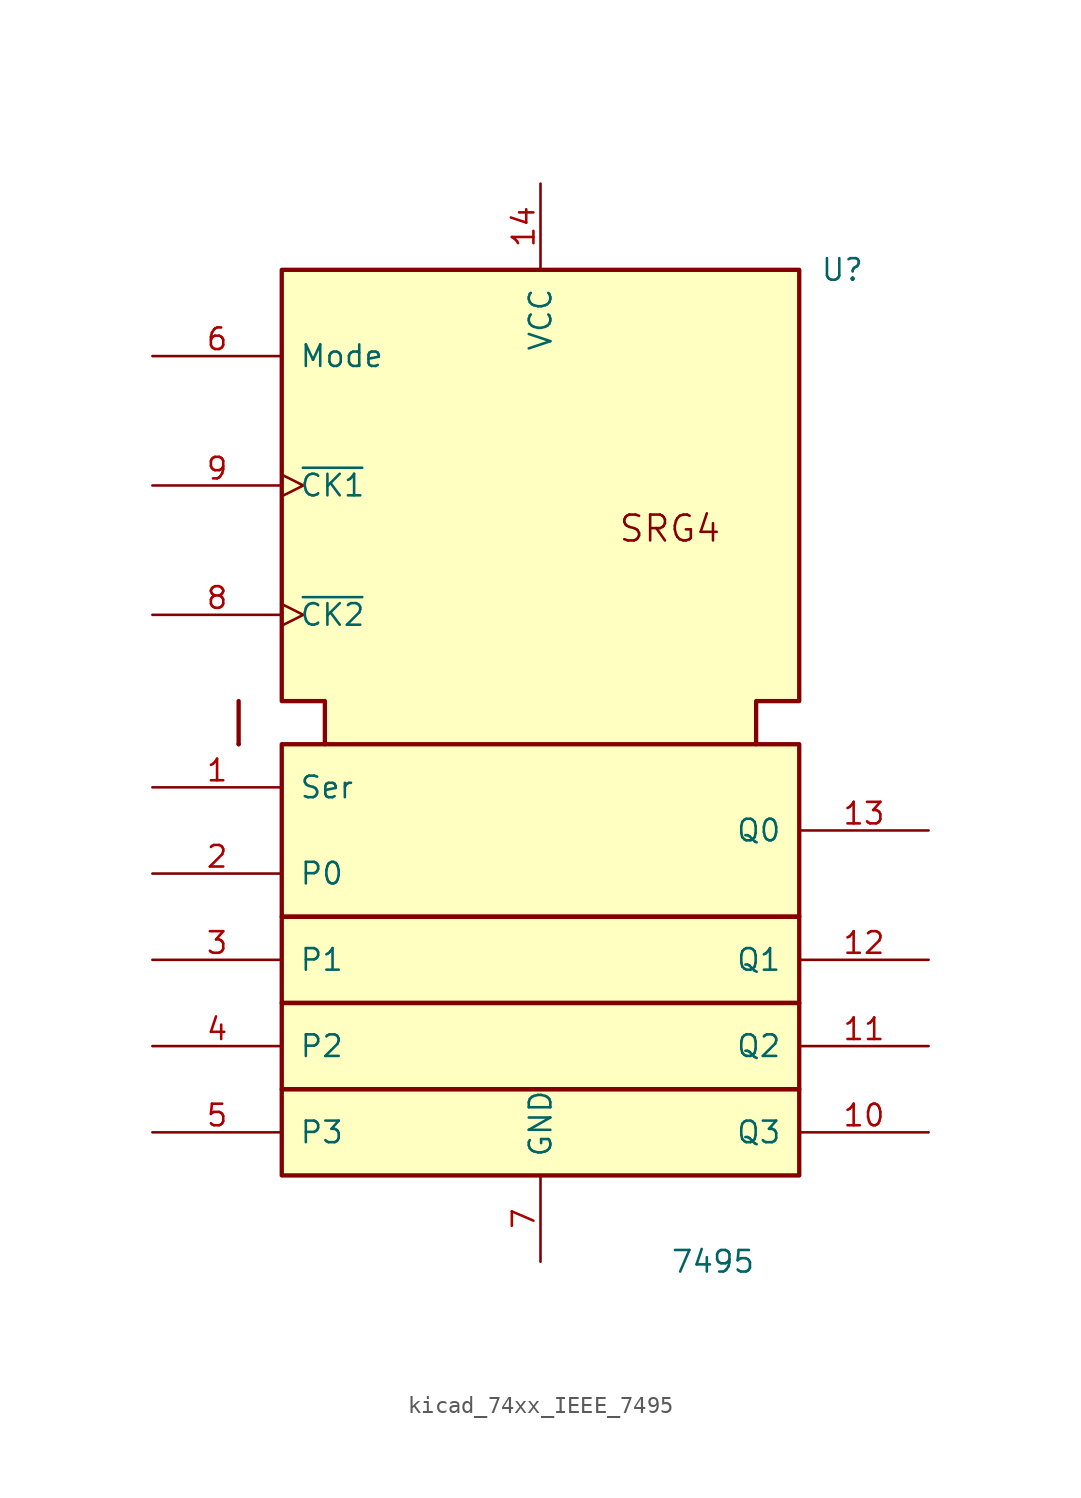
<source format=kicad_sym>
(kicad_symbol_lib
  (version 20220914)
  (generator kicad_symbol_editor)
  (symbol "kicad_74xx_IEEE_7495"
    (pin_names
      (offset 1.016))
    (property "Reference" "U"
      (at 17.78 27.94 0)
      (effects (font (size 1.27 1.27))))
    (property "Value" "7495"
      (at 10.16 -30.48 0)
      (effects (font (size 1.27 1.27))))
    (symbol "kicad_74xx_IEEE_7495_0_0"
      (polyline (pts (xy -17.78 0) (xy -17.78 0)) (stroke (width 0.254) (type default)) (fill (type background)))
      (polyline (pts (xy -17.78 2.54) (xy -17.78 0) (xy -17.78 0)) (stroke (width 0.254) (type default)) (fill (type background)))
      (text "SRG4" (at 7.62 12.7 0) (effects (font (size 1.524 1.524))))
      (pin power_in line (at 0 33.02 270) (length 5.08) (name "VCC" (effects (font (size 1.27 1.27)))) (number "14" (effects (font (size 1.27 1.27)))))
      (pin power_in line (at 0 -30.48 90) (length 5.08) (name "GND" (effects (font (size 1.27 1.27)))) (number "7" (effects (font (size 1.27 1.27))))))
    (symbol "kicad_74xx_IEEE_7495_0_1"
      (rectangle (start -15.24 -20.32) (end 15.24 -25.4) (stroke (width 0.254) (type default)) (fill (type background)))
      (rectangle (start -15.24 -15.24) (end 15.24 -20.32) (stroke (width 0.254) (type default)) (fill (type background)))
      (rectangle (start -15.24 -10.16) (end 15.24 -15.24) (stroke (width 0.254) (type default)) (fill (type background)))
      (rectangle (start -15.24 0) (end 15.24 -10.16) (stroke (width 0.254) (type default)) (fill (type background)))
      (polyline (pts (xy -12.7 0) (xy -12.7 2.54) (xy -15.24 2.54) (xy -15.24 27.94) (xy 15.24 27.94) (xy 15.24 2.54) (xy 12.7 2.54) (xy 12.7 0) (xy 12.7 0)) (stroke (width 0.254) (type default)) (fill (type background))))
    (symbol "kicad_74xx_IEEE_7495_1_1"
      (pin input line (at -22.86 -2.54 0) (length 7.62) (name "Ser" (effects (font (size 1.27 1.27)))) (number "1" (effects (font (size 1.27 1.27)))))
      (pin output line (at 22.86 -22.86 180) (length 7.62) (name "Q3" (effects (font (size 1.27 1.27)))) (number "10" (effects (font (size 1.27 1.27)))))
      (pin output line (at 22.86 -17.78 180) (length 7.62) (name "Q2" (effects (font (size 1.27 1.27)))) (number "11" (effects (font (size 1.27 1.27)))))
      (pin output line (at 22.86 -12.7 180) (length 7.62) (name "Q1" (effects (font (size 1.27 1.27)))) (number "12" (effects (font (size 1.27 1.27)))))
      (pin output line (at 22.86 -5.08 180) (length 7.62) (name "Q0" (effects (font (size 1.27 1.27)))) (number "13" (effects (font (size 1.27 1.27)))))
      (pin input line (at -22.86 -7.62 0) (length 7.62) (name "P0" (effects (font (size 1.27 1.27)))) (number "2" (effects (font (size 1.27 1.27)))))
      (pin input line (at -22.86 -12.7 0) (length 7.62) (name "P1" (effects (font (size 1.27 1.27)))) (number "3" (effects (font (size 1.27 1.27)))))
      (pin input line (at -22.86 -17.78 0) (length 7.62) (name "P2" (effects (font (size 1.27 1.27)))) (number "4" (effects (font (size 1.27 1.27)))))
      (pin input line (at -22.86 -22.86 0) (length 7.62) (name "P3" (effects (font (size 1.27 1.27)))) (number "5" (effects (font (size 1.27 1.27)))))
      (pin input line (at -22.86 22.86 0) (length 7.62) (name "Mode" (effects (font (size 1.27 1.27)))) (number "6" (effects (font (size 1.27 1.27)))))
      (pin input clock (at -22.86 7.62 0) (length 7.62) (name "~{CK2}" (effects (font (size 1.27 1.27)))) (number "8" (effects (font (size 1.27 1.27)))))
      (pin input clock (at -22.86 15.24 0) (length 7.62) (name "~{CK1}" (effects (font (size 1.27 1.27)))) (number "9" (effects (font (size 1.27 1.27))))))))
</source>
